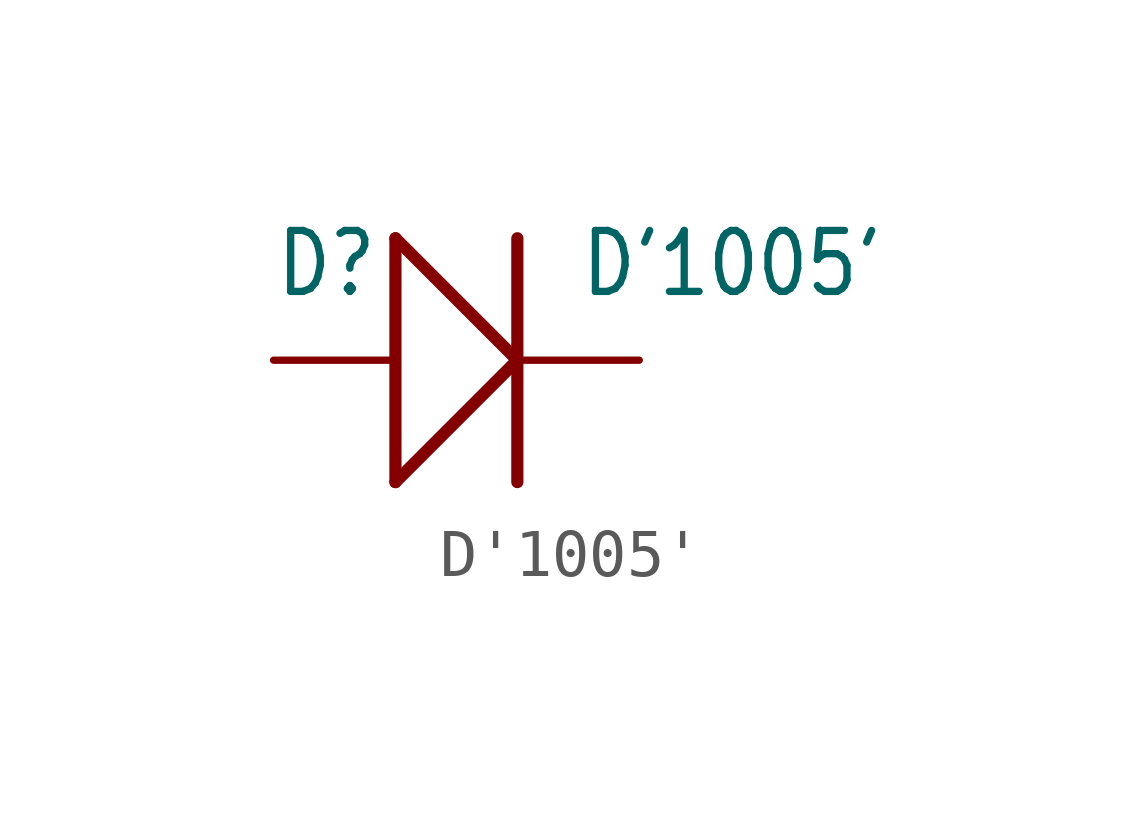
<source format=kicad_sym>
(kicad_symbol_lib
  (version 20211014)
  (generator kicad_symbol_editor)
  (symbol "D'1005'"
    (property "Reference" "D"
      (at -3.81 1.27 0)
      (effects (font (size 1.27 1.079)) (justify left bottom)))
    (property "Value" "D'1005'"
      (at 2.54 1.27 0)
      (effects (font (size 1.27 1.079)) (justify left bottom)))
    (property "ki_locked" ""
      (at 0 0 0)
      (effects (font (size 1.27 1.27))))
    (symbol "D'1005'_1_0"
      (polyline (pts (xy -1.27 -2.54) (xy -1.27 2.54)) (stroke (width 0.254) (type default) (color 0 0 0 0)) (fill (type none)))
      (polyline (pts (xy -1.27 -2.54) (xy 1.27 0)) (stroke (width 0.254) (type default) (color 0 0 0 0)) (fill (type none)))
      (polyline (pts (xy -1.27 2.54) (xy 1.27 0)) (stroke (width 0.254) (type default) (color 0 0 0 0)) (fill (type none)))
      (polyline (pts (xy 1.27 2.54) (xy 1.27 -2.54)) (stroke (width 0.254) (type default) (color 0 0 0 0)) (fill (type none)))
      (pin passive line (at -3.81 0 0) (length 2.54) (name "+" (effects (font (size 0 0)))) (number "+" (effects (font (size 0 0)))))
      (pin passive line (at 3.81 0 180) (length 2.54) (name "-" (effects (font (size 0 0)))) (number "-" (effects (font (size 0 0))))))))
</source>
